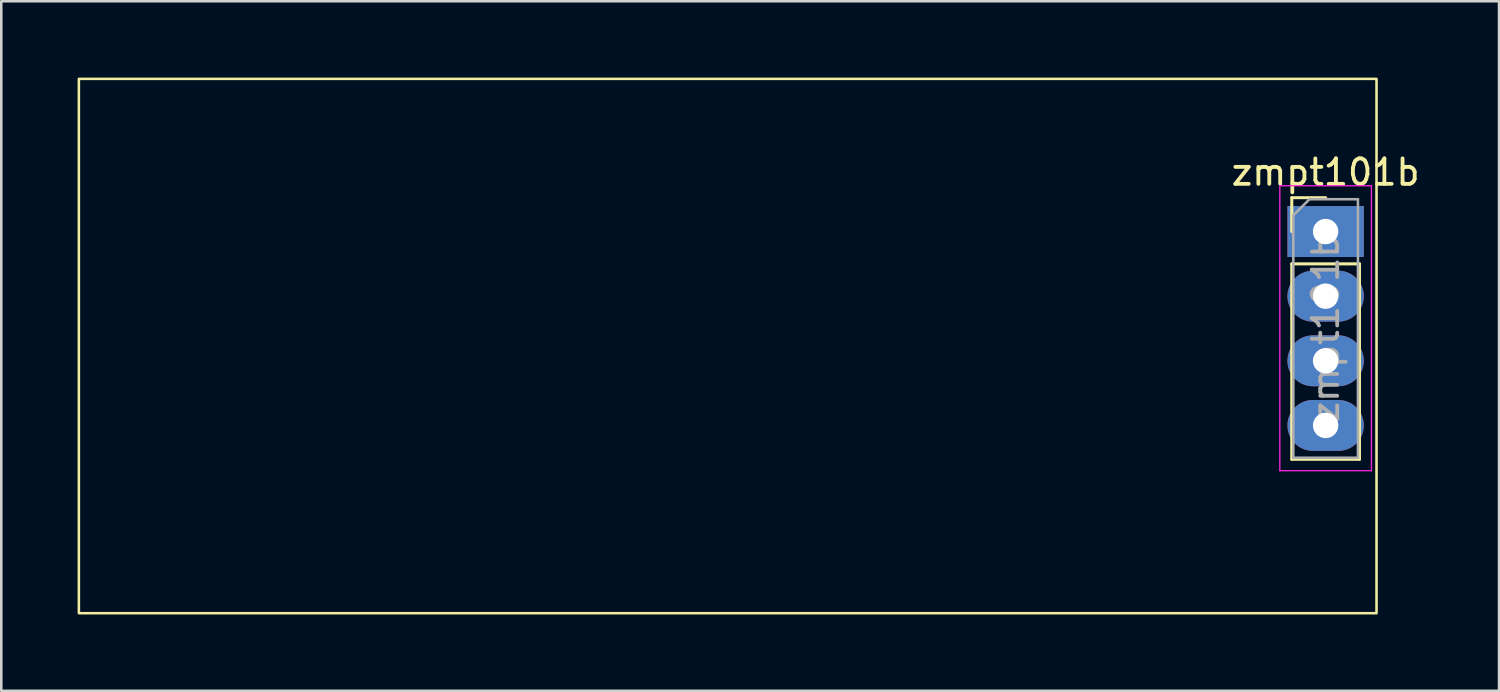
<source format=kicad_pcb>
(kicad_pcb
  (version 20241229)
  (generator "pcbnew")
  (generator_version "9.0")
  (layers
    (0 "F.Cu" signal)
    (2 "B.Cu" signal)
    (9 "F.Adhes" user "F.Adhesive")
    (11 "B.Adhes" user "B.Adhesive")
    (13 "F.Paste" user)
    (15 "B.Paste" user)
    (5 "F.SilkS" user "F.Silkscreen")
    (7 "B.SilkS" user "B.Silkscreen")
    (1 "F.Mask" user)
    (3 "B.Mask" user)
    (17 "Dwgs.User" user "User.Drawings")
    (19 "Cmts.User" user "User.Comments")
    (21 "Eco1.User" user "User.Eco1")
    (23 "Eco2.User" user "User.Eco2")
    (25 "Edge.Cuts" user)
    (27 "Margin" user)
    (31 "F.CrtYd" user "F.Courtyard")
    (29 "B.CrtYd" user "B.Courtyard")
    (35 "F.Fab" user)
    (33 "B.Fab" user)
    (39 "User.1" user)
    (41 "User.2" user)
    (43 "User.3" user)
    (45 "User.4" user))
  (footprint "zmpt101b"
    (layer "F.Cu")
    (at 49.05 6.05)
    (property "Reference" "zmpt101b" (at 0 -2.33 0) (layer "F.SilkS") (effects (font (size 1 1) (thickness 0.15))))
    (attr through_hole)
    (fp_line (start -1.33 -1.33) (end 0 -1.33) (stroke (width 0.12) (type solid)) (layer "F.SilkS"))
    (fp_line (start -1.33 0) (end -1.33 -1.33) (stroke (width 0.12) (type solid)) (layer "F.SilkS"))
    (fp_line (start -1.33 1.27) (end -1.33 8.95) (stroke (width 0.12) (type solid)) (layer "F.SilkS"))
    (fp_line (start -1.33 1.27) (end 1.33 1.27) (stroke (width 0.12) (type solid)) (layer "F.SilkS"))
    (fp_line (start -1.33 8.95) (end 1.33 8.95) (stroke (width 0.12) (type solid)) (layer "F.SilkS"))
    (fp_line (start 1.33 1.27) (end 1.33 8.95) (stroke (width 0.12) (type solid)) (layer "F.SilkS"))
    (fp_rect (start -49 -6) (end 2 15) (stroke (width 0.1) (type default)) (fill no) (layer "F.SilkS"))
    (fp_line (start -1.8 -1.8) (end -1.8 9.4) (stroke (width 0.05) (type solid)) (layer "F.CrtYd"))
    (fp_line (start -1.8 9.4) (end 1.8 9.4) (stroke (width 0.05) (type solid)) (layer "F.CrtYd"))
    (fp_line (start 1.8 -1.8) (end -1.8 -1.8) (stroke (width 0.05) (type solid)) (layer "F.CrtYd"))
    (fp_line (start 1.8 9.4) (end 1.8 -1.8) (stroke (width 0.05) (type solid)) (layer "F.CrtYd"))
    (fp_line (start -1.27 -0.635) (end -0.635 -1.27) (stroke (width 0.1) (type solid)) (layer "F.Fab"))
    (fp_line (start -1.27 8.89) (end -1.27 -0.635) (stroke (width 0.1) (type solid)) (layer "F.Fab"))
    (fp_line (start -0.635 -1.27) (end 1.27 -1.27) (stroke (width 0.1) (type solid)) (layer "F.Fab"))
    (fp_line (start 1.27 -1.27) (end 1.27 8.89) (stroke (width 0.1) (type solid)) (layer "F.Fab"))
    (fp_line (start 1.27 8.89) (end -1.27 8.89) (stroke (width 0.1) (type solid)) (layer "F.Fab"))
    (fp_text user "${REFERENCE}" (at 0 3.81 90) (layer "F.Fab") (effects (font (size 1 1) (thickness 0.15))))
    (pad "1" thru_hole rect (at 0 0) (size 3 2) (drill 1) (layers "*.Cu" "*.Mask"))
    (pad "2" thru_hole oval (at 0 2.54) (size 3 2) (drill 1) (layers "*.Cu" "*.Mask"))
    (pad "3" thru_hole oval (at 0 5.08) (size 3 2) (drill 1) (layers "*.Cu" "*.Mask"))
    (pad "4" thru_hole oval (at 0 7.62) (size 3 2) (drill 1) (layers "*.Cu" "*.Mask")))
  (gr_rect
    (start -3 -3)
    (end 55.865 24.1)
    (stroke (width 0.1) (type default))
    (fill no)
    (layer "Edge.Cuts")))
</source>
